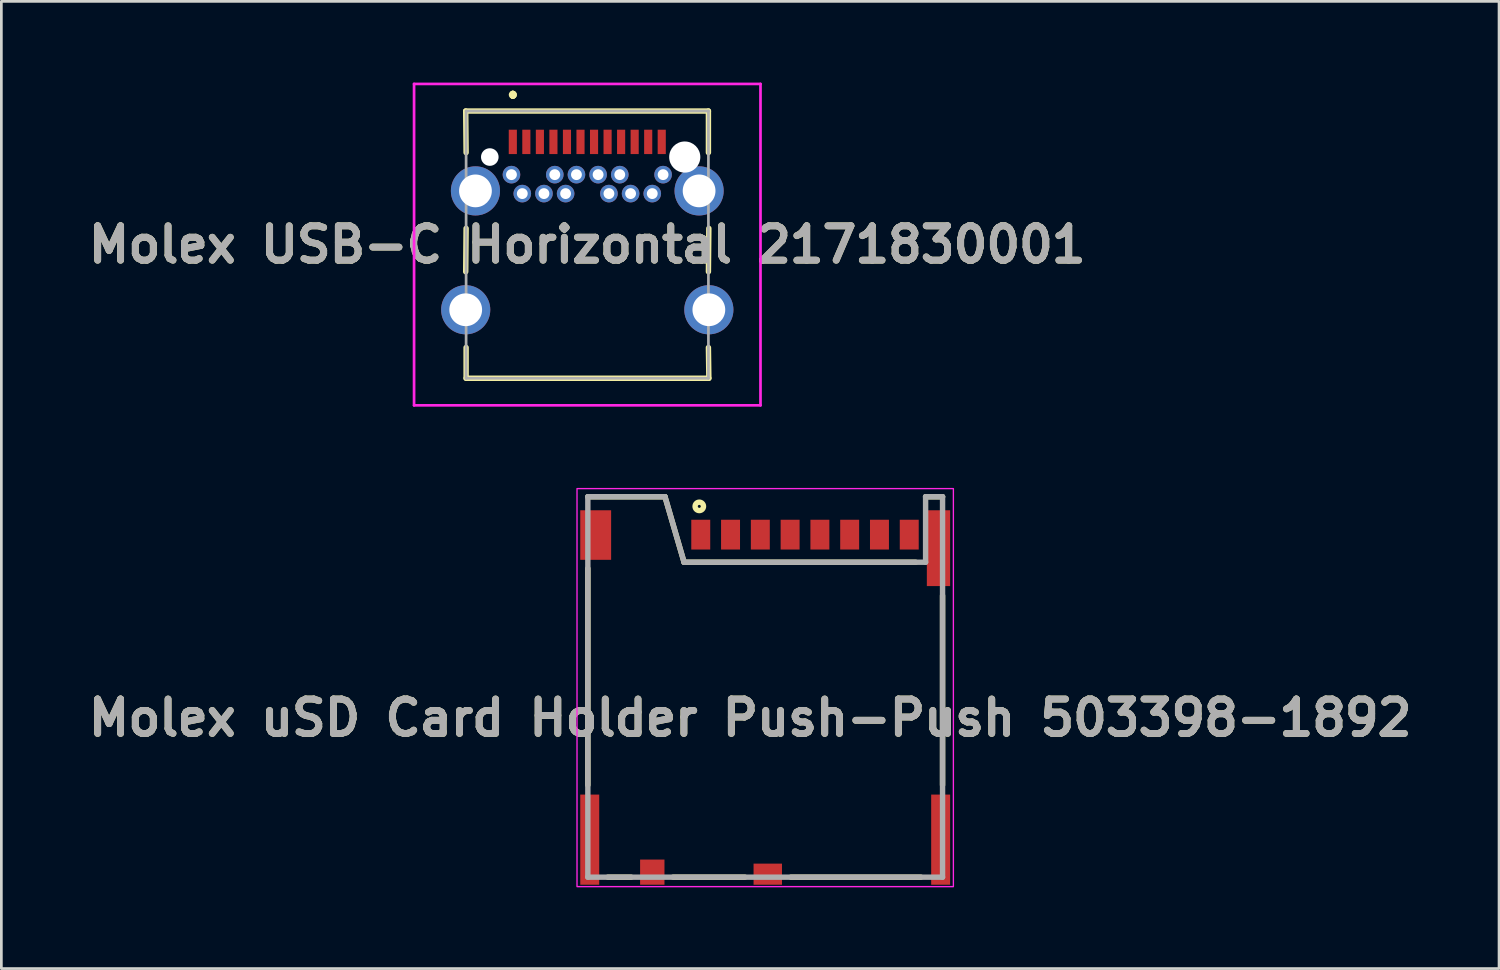
<source format=kicad_pcb>
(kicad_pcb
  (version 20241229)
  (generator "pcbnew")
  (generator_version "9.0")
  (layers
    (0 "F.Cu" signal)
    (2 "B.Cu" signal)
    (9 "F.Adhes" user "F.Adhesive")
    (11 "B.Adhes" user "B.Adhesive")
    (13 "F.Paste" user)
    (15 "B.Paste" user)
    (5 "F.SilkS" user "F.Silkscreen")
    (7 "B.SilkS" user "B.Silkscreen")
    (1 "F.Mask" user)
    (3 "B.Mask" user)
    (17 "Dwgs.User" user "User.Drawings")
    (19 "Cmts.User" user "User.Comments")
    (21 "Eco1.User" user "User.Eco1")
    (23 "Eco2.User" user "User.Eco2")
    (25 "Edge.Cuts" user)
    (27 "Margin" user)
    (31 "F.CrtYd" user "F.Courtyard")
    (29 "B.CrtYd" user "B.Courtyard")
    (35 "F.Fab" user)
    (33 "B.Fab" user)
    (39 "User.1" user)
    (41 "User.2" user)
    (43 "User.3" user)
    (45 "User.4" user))
  (footprint "Molex uSD Card Holder Push-Push 503398-1892"
    (layer "F.Cu")
    (at 18.66 15.295)
    (property "Reference" "Molex uSD Card Holder Push-Push 503398-1892" (at 5.996 8.167 0) (layer "F.SilkS") (effects (font (size 1.27 1.27) (thickness 0.254))))
    (attr smd)
    (fp_line (start 0 0) (end 2.849 0) (stroke (width 0.2) (type solid)) (layer "F.SilkS"))
    (fp_line (start 0 2.65) (end 0 10.648) (stroke (width 0.2) (type solid)) (layer "F.SilkS"))
    (fp_line (start 0.74 14.05) (end 1.6 14.05) (stroke (width 0.2) (type solid)) (layer "F.SilkS"))
    (fp_line (start 2.849 0) (end 3.554 2.42) (stroke (width 0.2) (type solid)) (layer "F.SilkS"))
    (fp_line (start 3.15 14.05) (end 5.8 14.05) (stroke (width 0.2) (type solid)) (layer "F.SilkS"))
    (fp_line (start 3.554 2.42) (end 12.109 2.42) (stroke (width 0.2) (type solid)) (layer "F.SilkS"))
    (fp_line (start 7.5 14.05) (end 12.3 14.05) (stroke (width 0.2) (type solid)) (layer "F.SilkS"))
    (fp_line (start 13.1 0) (end 12.474 0) (stroke (width 0.2) (type solid)) (layer "F.SilkS"))
    (fp_line (start 13.1 3.65) (end 13.1 10.65) (stroke (width 0.2) (type solid)) (layer "F.SilkS"))
    (fp_circle (center 4.116 0.356) (end 4.116 0.411) (stroke (width 0.2) (type solid)) (fill no) (layer "F.SilkS"))
    (fp_rect (start -0.4 -0.3) (end 13.5 14.4) (stroke (width 0.05) (type default)) (fill no) (layer "F.CrtYd"))
    (fp_line (start 0 0) (end 0 14.05) (stroke (width 0.2) (type solid)) (layer "F.Fab"))
    (fp_line (start 0 0) (end 2.849 0) (stroke (width 0.2) (type solid)) (layer "F.Fab"))
    (fp_line (start 0 14.05) (end 13.1 14.05) (stroke (width 0.2) (type solid)) (layer "F.Fab"))
    (fp_line (start 2.849 0) (end 3.554 2.42) (stroke (width 0.2) (type solid)) (layer "F.Fab"))
    (fp_line (start 12.474 0) (end 12.474 2.42) (stroke (width 0.2) (type solid)) (layer "F.Fab"))
    (fp_line (start 12.474 2.42) (end 3.554 2.42) (stroke (width 0.2) (type solid)) (layer "F.Fab"))
    (fp_line (start 13.1 0) (end 12.474 0) (stroke (width 0.2) (type solid)) (layer "F.Fab"))
    (fp_line (start 13.1 14.05) (end 13.1 0) (stroke (width 0.2) (type solid)) (layer "F.Fab"))
    (fp_text user "${REFERENCE}" (at 5.996 8.167 0) (layer "F.Fab") (effects (font (size 1.27 1.27) (thickness 0.254))))
    (pad "1" smd rect (at 4.17 1.4) (size 0.7 1.1) (layers "F.Cu" "F.Mask" "F.Paste"))
    (pad "2" smd rect (at 5.27 1.4) (size 0.7 1.1) (layers "F.Cu" "F.Mask" "F.Paste"))
    (pad "3" smd rect (at 6.37 1.4) (size 0.7 1.1) (layers "F.Cu" "F.Mask" "F.Paste"))
    (pad "4" smd rect (at 7.47 1.4) (size 0.7 1.1) (layers "F.Cu" "F.Mask" "F.Paste"))
    (pad "5" smd rect (at 8.57 1.4) (size 0.7 1.1) (layers "F.Cu" "F.Mask" "F.Paste"))
    (pad "6" smd rect (at 9.67 1.4) (size 0.7 1.1) (layers "F.Cu" "F.Mask" "F.Paste"))
    (pad "7" smd rect (at 10.77 1.4) (size 0.7 1.1) (layers "F.Cu" "F.Mask" "F.Paste"))
    (pad "8" smd rect (at 11.87 1.4) (size 0.7 1.1) (layers "F.Cu" "F.Mask" "F.Paste"))
    (pad "9" smd rect (at 2.38 13.865) (size 0.9 0.93) (layers "F.Cu" "F.Mask" "F.Paste"))
    (pad "10" smd rect (at 6.645 13.94 90) (size 0.78 1.05) (layers "F.Cu" "F.Mask" "F.Paste"))
    (pad "11" smd rect (at 13.03 12.665) (size 0.7 3.33) (layers "F.Cu" "F.Mask" "F.Paste"))
    (pad "12" smd rect (at 12.95 1.9) (size 0.86 2.8) (layers "F.Cu" "F.Mask" "F.Paste"))
    (pad "13" smd rect (at 0.29 1.415) (size 1.14 1.83) (layers "F.Cu" "F.Mask" "F.Paste"))
    (pad "14" smd rect (at 0.07 12.665) (size 0.7 3.33) (layers "F.Cu" "F.Mask" "F.Paste")))
  (footprint "Molex USB-C Horizontal 2171830001"
    (layer "F.Cu")
    (at 18.639 5.985)
    (property "Reference" "Molex USB-C Horizontal 2171830001" (at 0 0 0) (layer "F.SilkS") (effects (font (size 1.27 1.27) (thickness 0.254))))
    (attr through_hole)
    (fp_line (start -4.49 -4.935) (end 4.474 -4.935) (stroke (width 0.2) (type solid)) (layer "F.SilkS"))
    (fp_line (start -4.475 -3.4) (end -4.49 -4.935) (stroke (width 0.2) (type solid)) (layer "F.SilkS"))
    (fp_line (start -4.475 -0.6) (end -4.49 1) (stroke (width 0.2) (type solid)) (layer "F.SilkS"))
    (fp_line (start -4.475 3.8) (end -4.475 4.935) (stroke (width 0.2) (type solid)) (layer "F.SilkS"))
    (fp_line (start -4.475 4.935) (end 4.49 4.935) (stroke (width 0.2) (type solid)) (layer "F.SilkS"))
    (fp_line (start -2.75 -5.585) (end -2.75 -5.585) (stroke (width 0.2) (type solid)) (layer "F.SilkS"))
    (fp_line (start -2.75 -5.485) (end -2.75 -5.485) (stroke (width 0.2) (type solid)) (layer "F.SilkS"))
    (fp_line (start -2.75 -5.485) (end -2.75 -5.485) (stroke (width 0.2) (type solid)) (layer "F.SilkS"))
    (fp_line (start 4.474 -4.935) (end 4.474 -3.4) (stroke (width 0.2) (type solid)) (layer "F.SilkS"))
    (fp_line (start 4.49 -0.6) (end 4.474 1) (stroke (width 0.2) (type solid)) (layer "F.SilkS"))
    (fp_line (start 4.49 4.935) (end 4.474 3.8) (stroke (width 0.2) (type solid)) (layer "F.SilkS"))
    (fp_arc (start -2.751 -5.485) (mid -2.8005 -5.5355) (end -2.75 -5.585) (stroke (width 0.2) (type solid)) (layer "F.SilkS"))
    (fp_arc (start -2.75 -5.585) (mid -2.7 -5.535) (end -2.75 -5.485) (stroke (width 0.2) (type solid)) (layer "F.SilkS"))
    (fp_arc (start -2.75 -5.585) (mid -2.7 -5.535) (end -2.75 -5.485) (stroke (width 0.2) (type solid)) (layer "F.SilkS"))
    (fp_line (start -6.397 -5.935) (end 6.397 -5.935) (stroke (width 0.1) (type solid)) (layer "F.CrtYd"))
    (fp_line (start -6.397 5.935) (end -6.397 -5.935) (stroke (width 0.1) (type solid)) (layer "F.CrtYd"))
    (fp_line (start 6.397 -5.935) (end 6.397 5.935) (stroke (width 0.1) (type solid)) (layer "F.CrtYd"))
    (fp_line (start 6.397 5.935) (end -6.397 5.935) (stroke (width 0.1) (type solid)) (layer "F.CrtYd"))
    (fp_line (start -4.475 -4.935) (end 4.474 -4.935) (stroke (width 0.1) (type solid)) (layer "F.Fab"))
    (fp_line (start -4.475 4.935) (end -4.475 -4.935) (stroke (width 0.1) (type solid)) (layer "F.Fab"))
    (fp_line (start 4.474 -4.935) (end 4.474 4.935) (stroke (width 0.1) (type solid)) (layer "F.Fab"))
    (fp_line (start 4.474 4.935) (end -4.475 4.935) (stroke (width 0.1) (type solid)) (layer "F.Fab"))
    (fp_text user "${REFERENCE}" (at 0 0 0) (layer "F.Fab") (effects (font (size 1.27 1.27) (thickness 0.254))))
    (pad "" np_thru_hole circle (at -3.6 -3.235) (size 0.65 0.65) (drill 0.65) (layers "*.Cu" "*.Mask"))
    (pad "" np_thru_hole circle (at 3.6 -3.235) (size 1.15 1.15) (drill 1.15) (layers "*.Cu" "*.Mask"))
    (pad "A1" smd rect (at -2.75 -3.795) (size 0.3 0.9) (layers "F.Cu" "F.Mask" "F.Paste"))
    (pad "A2" smd rect (at -2.25 -3.795) (size 0.3 0.9) (layers "F.Cu" "F.Mask" "F.Paste"))
    (pad "A3" smd rect (at -1.75 -3.795) (size 0.3 0.9) (layers "F.Cu" "F.Mask" "F.Paste"))
    (pad "A4" smd rect (at -1.25 -3.795) (size 0.3 0.9) (layers "F.Cu" "F.Mask" "F.Paste"))
    (pad "A5" smd rect (at -0.75 -3.795) (size 0.3 0.9) (layers "F.Cu" "F.Mask" "F.Paste"))
    (pad "A6" smd rect (at -0.25 -3.795) (size 0.3 0.9) (layers "F.Cu" "F.Mask" "F.Paste"))
    (pad "A7" smd rect (at 0.25 -3.795) (size 0.3 0.9) (layers "F.Cu" "F.Mask" "F.Paste"))
    (pad "A8" smd rect (at 0.75 -3.795) (size 0.3 0.9) (layers "F.Cu" "F.Mask" "F.Paste"))
    (pad "A9" smd rect (at 1.25 -3.795) (size 0.3 0.9) (layers "F.Cu" "F.Mask" "F.Paste"))
    (pad "A10" smd rect (at 1.75 -3.795) (size 0.3 0.9) (layers "F.Cu" "F.Mask" "F.Paste"))
    (pad "A11" smd rect (at 2.25 -3.795) (size 0.3 0.9) (layers "F.Cu" "F.Mask" "F.Paste"))
    (pad "A12" smd rect (at 2.75 -3.795) (size 0.3 0.9) (layers "F.Cu" "F.Mask" "F.Paste"))
    (pad "B1" thru_hole circle (at 2.8 -2.585) (size 0.65 0.65) (drill 0.4) (layers "*.Cu" "*.Mask"))
    (pad "B2" thru_hole circle (at 2.4 -1.885) (size 0.65 0.65) (drill 0.4) (layers "*.Cu" "*.Mask"))
    (pad "B3" thru_hole circle (at 1.6 -1.885) (size 0.65 0.65) (drill 0.4) (layers "*.Cu" "*.Mask"))
    (pad "B4" thru_hole circle (at 1.2 -2.585) (size 0.65 0.65) (drill 0.4) (layers "*.Cu" "*.Mask"))
    (pad "B5" thru_hole circle (at 0.8 -1.885) (size 0.65 0.65) (drill 0.4) (layers "*.Cu" "*.Mask"))
    (pad "B6" thru_hole circle (at 0.4 -2.585) (size 0.65 0.65) (drill 0.4) (layers "*.Cu" "*.Mask"))
    (pad "B7" thru_hole circle (at -0.4 -2.585) (size 0.65 0.65) (drill 0.4) (layers "*.Cu" "*.Mask"))
    (pad "B8" thru_hole circle (at -0.8 -1.885) (size 0.65 0.65) (drill 0.4) (layers "*.Cu" "*.Mask"))
    (pad "B9" thru_hole circle (at -1.2 -2.585) (size 0.65 0.65) (drill 0.4) (layers "*.Cu" "*.Mask"))
    (pad "B10" thru_hole circle (at -1.6 -1.885) (size 0.65 0.65) (drill 0.4) (layers "*.Cu" "*.Mask"))
    (pad "B11" thru_hole circle (at -2.4 -1.885) (size 0.65 0.65) (drill 0.4) (layers "*.Cu" "*.Mask"))
    (pad "B12" thru_hole circle (at -2.8 -2.585) (size 0.65 0.65) (drill 0.4) (layers "*.Cu" "*.Mask"))
    (pad "MH1" thru_hole circle (at -4.13 -1.985) (size 1.815 1.815) (drill 1.21) (layers "*.Cu" "*.Mask"))
    (pad "MH2" thru_hole circle (at -4.49 2.405) (size 1.815 1.815) (drill 1.21) (layers "*.Cu" "*.Mask"))
    (pad "MH3" thru_hole circle (at 4.49 2.405) (size 1.815 1.815) (drill 1.21) (layers "*.Cu" "*.Mask"))
    (pad "MH4" thru_hole circle (at 4.13 -1.985) (size 1.815 1.815) (drill 1.21) (layers "*.Cu" "*.Mask")))
  (gr_rect
    (start -3 -3)
    (end 52.312 32.72)
    (stroke (width 0.1) (type default))
    (fill no)
    (layer "Edge.Cuts")))
</source>
